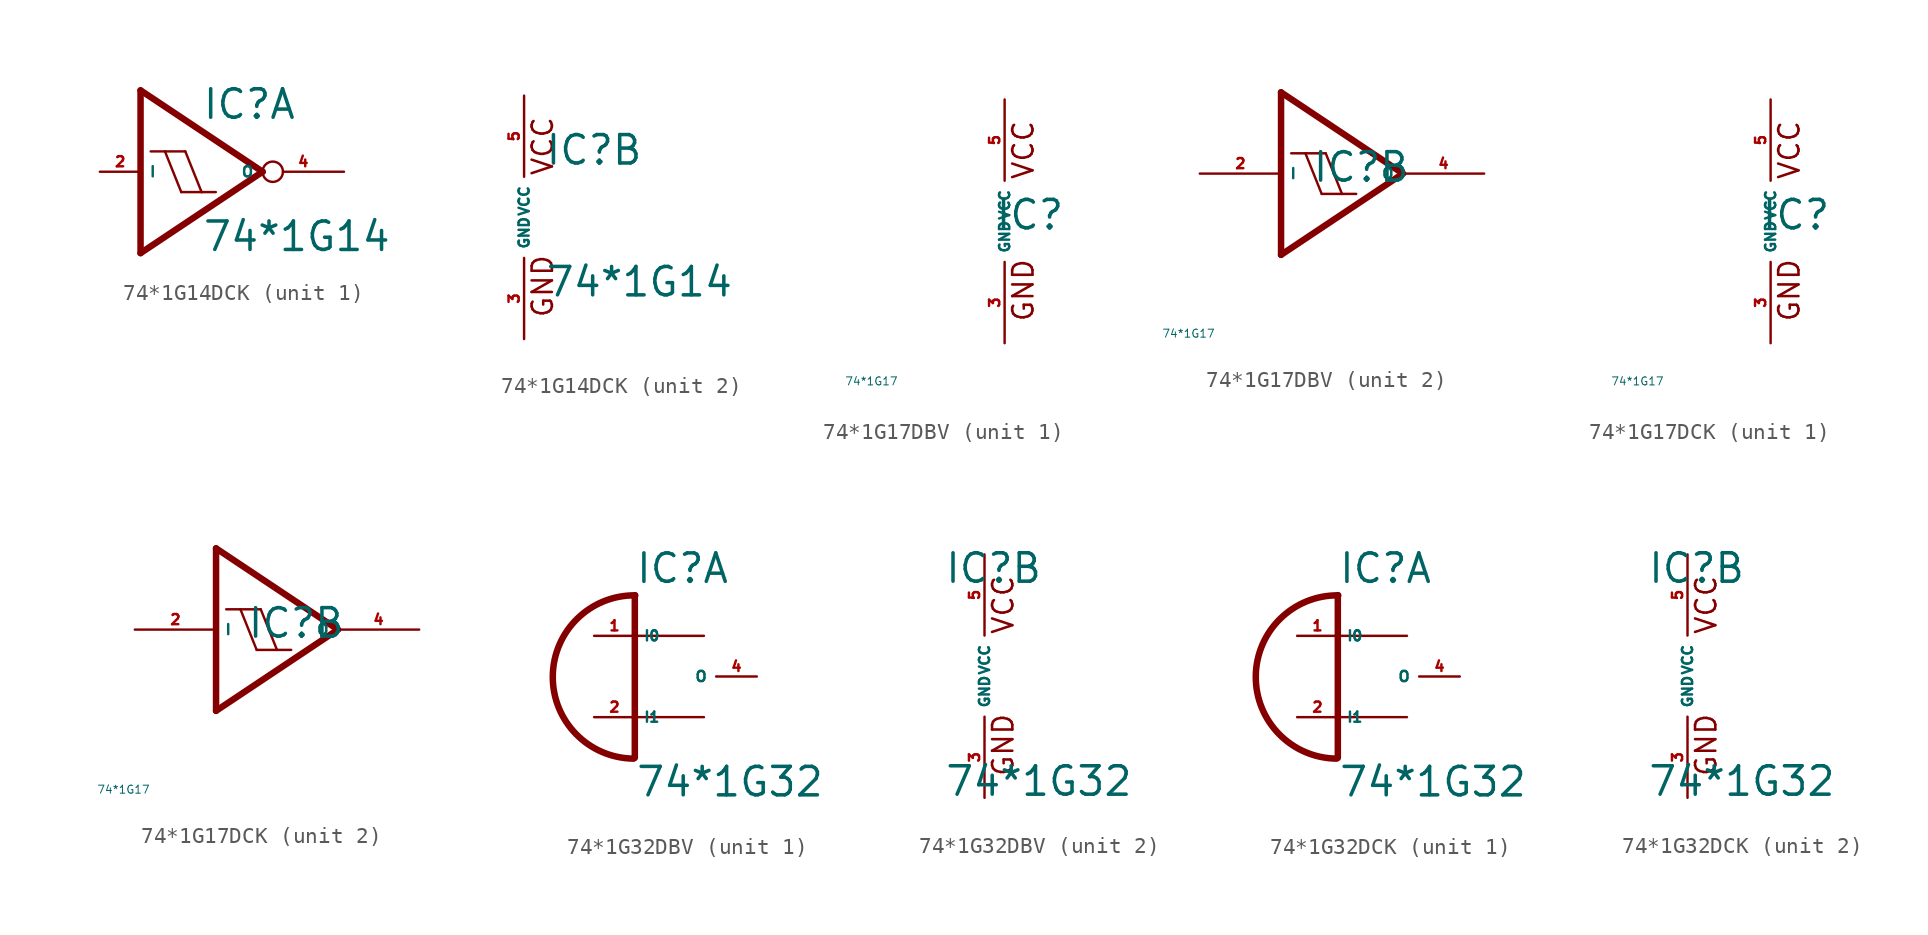
<source format=kicad_sym>
(kicad_symbol_lib
  (version 20220914)
  (generator Eagle2Kicad)
  (symbol "74*1G14DCK"
    (property "Reference" "IC"
      (at 1.27 3.175 0)
      (effects (font (size 1.778 1.778) (thickness 0.22)) (justify left bottom)))
    (property "Value" "74*1G14"
      (at 1.27 -5.08 0)
      (effects (font (size 1.778 1.778) (thickness 0.22)) (justify left bottom)))
    (symbol "74*1G14DCK_1_0"
      (polyline (pts (xy -2.54 5.08) (xy 5.08 0)) (stroke (width 0.406) (type default)) (fill (type none)))
      (polyline (pts (xy 5.08 0) (xy -2.54 -5.08)) (stroke (width 0.406) (type default)) (fill (type none)))
      (polyline (pts (xy -2.54 -5.08) (xy -2.54 5.08)) (stroke (width 0.406) (type default)) (fill (type none)))
      (polyline (pts (xy 1.27 -1.27) (xy 0.254 1.27)) (stroke (width 0.152) (type default)) (fill (type none)))
      (polyline (pts (xy 0 -1.27) (xy -1.016 1.27)) (stroke (width 0.152) (type default)) (fill (type none)))
      (polyline (pts (xy 0 -1.27) (xy 1.27 -1.27)) (stroke (width 0.152) (type default)) (fill (type none)))
      (polyline (pts (xy 1.27 -1.27) (xy 2.159 -1.27)) (stroke (width 0.152) (type default)) (fill (type none)))
      (polyline (pts (xy -1.905 1.27) (xy -1.016 1.27)) (stroke (width 0.152) (type default)) (fill (type none)))
      (polyline (pts (xy -1.016 1.27) (xy 0.254 1.27)) (stroke (width 0.152) (type default)) (fill (type none)))
      (pin input line (at -5.08 0 0) (length 2.54) (name "I" (effects (font (size 0.635 0.635) (thickness 0.08)) (justify left bottom))) (number "2" (effects (font (size 0.635 0.635) (thickness 0.08)) (justify left bottom))))
      (pin output inverted (at 10.16 0 180) (length 5.08) (name "O" (effects (font (size 0.635 0.635) (thickness 0.08)) (justify left bottom))) (number "4" (effects (font (size 0.635 0.635) (thickness 0.08)) (justify left bottom)))))
    (symbol "74*1G14DCK_2_0"
      (text "GND" (at 1.905 -6.35 900) (effects (font (size 1.27 1.27) (thickness 0.16)) (justify left bottom)))
      (text "VCC" (at 1.905 2.54 900) (effects (font (size 1.27 1.27) (thickness 0.16)) (justify left bottom)))
      (pin unspecified line (at 0 -7.62 90) (length 5.08) (name "GND" (effects (font (size 0.635 0.635) (thickness 0.08)) (justify left bottom))) (number "3" (effects (font (size 0.635 0.635) (thickness 0.08)) (justify left bottom))))
      (pin unspecified line (at 0 7.62 270) (length 5.08) (name "VCC" (effects (font (size 0.635 0.635) (thickness 0.08)) (justify left bottom))) (number "5" (effects (font (size 0.635 0.635) (thickness 0.08)) (justify left bottom))))))
  (symbol "74*1G17DBV"
    (property "Reference" "IC"
      (at -0.635 -0.635 0)
      (effects (font (size 1.778 1.778) (thickness 0.22)) (justify left bottom)))
    (property "Value" "74*1G17"
      (at -10 -10 0)
      (effects (font (size 0.5 0.5) (thickness 0.06)) (justify left)))
    (symbol "74*1G17DBV_1_0"
      (text "GND" (at 1.905 -6.35 900) (effects (font (size 1.27 1.27) (thickness 0.16)) (justify left bottom)))
      (text "VCC" (at 1.905 2.54 900) (effects (font (size 1.27 1.27) (thickness 0.16)) (justify left bottom)))
      (pin unspecified line (at 0 -7.62 90) (length 5.08) (name "GND" (effects (font (size 0.635 0.635) (thickness 0.08)) (justify left bottom))) (number "3" (effects (font (size 0.635 0.635) (thickness 0.08)) (justify left bottom))))
      (pin unspecified line (at 0 7.62 270) (length 5.08) (name "VCC" (effects (font (size 0.635 0.635) (thickness 0.08)) (justify left bottom))) (number "5" (effects (font (size 0.635 0.635) (thickness 0.08)) (justify left bottom)))))
    (symbol "74*1G17DBV_2_0"
      (polyline (pts (xy -2.54 5.08) (xy 5.08 0)) (stroke (width 0.406) (type default)) (fill (type none)))
      (polyline (pts (xy 5.08 0) (xy -2.54 -5.08)) (stroke (width 0.406) (type default)) (fill (type none)))
      (polyline (pts (xy -2.54 -5.08) (xy -2.54 5.08)) (stroke (width 0.406) (type default)) (fill (type none)))
      (polyline (pts (xy 1.27 -1.27) (xy 0.254 1.27)) (stroke (width 0.152) (type default)) (fill (type none)))
      (polyline (pts (xy 0 -1.27) (xy -1.016 1.27)) (stroke (width 0.152) (type default)) (fill (type none)))
      (polyline (pts (xy 0 -1.27) (xy 1.27 -1.27)) (stroke (width 0.152) (type default)) (fill (type none)))
      (polyline (pts (xy 1.27 -1.27) (xy 2.159 -1.27)) (stroke (width 0.152) (type default)) (fill (type none)))
      (polyline (pts (xy -1.905 1.27) (xy -1.016 1.27)) (stroke (width 0.152) (type default)) (fill (type none)))
      (polyline (pts (xy -1.016 1.27) (xy 0.254 1.27)) (stroke (width 0.152) (type default)) (fill (type none)))
      (pin input line (at -7.62 0 0) (length 5.08) (name "I" (effects (font (size 0.635 0.635) (thickness 0.08)) (justify left bottom))) (number "2" (effects (font (size 0.635 0.635) (thickness 0.08)) (justify left bottom))))
      (pin output line (at 10.16 0 180) (length 5.08) (name "O" (effects (font (size 0.635 0.635) (thickness 0.08)) (justify left bottom))) (number "4" (effects (font (size 0.635 0.635) (thickness 0.08)) (justify left bottom))))))
  (symbol "74*1G17DCK"
    (property "Reference" "IC"
      (at -0.635 -0.635 0)
      (effects (font (size 1.778 1.778) (thickness 0.22)) (justify left bottom)))
    (property "Value" "74*1G17"
      (at -10 -10 0)
      (effects (font (size 0.5 0.5) (thickness 0.06)) (justify left)))
    (symbol "74*1G17DCK_1_0"
      (text "GND" (at 1.905 -6.35 900) (effects (font (size 1.27 1.27) (thickness 0.16)) (justify left bottom)))
      (text "VCC" (at 1.905 2.54 900) (effects (font (size 1.27 1.27) (thickness 0.16)) (justify left bottom)))
      (pin unspecified line (at 0 -7.62 90) (length 5.08) (name "GND" (effects (font (size 0.635 0.635) (thickness 0.08)) (justify left bottom))) (number "3" (effects (font (size 0.635 0.635) (thickness 0.08)) (justify left bottom))))
      (pin unspecified line (at 0 7.62 270) (length 5.08) (name "VCC" (effects (font (size 0.635 0.635) (thickness 0.08)) (justify left bottom))) (number "5" (effects (font (size 0.635 0.635) (thickness 0.08)) (justify left bottom)))))
    (symbol "74*1G17DCK_2_0"
      (polyline (pts (xy -2.54 5.08) (xy 5.08 0)) (stroke (width 0.406) (type default)) (fill (type none)))
      (polyline (pts (xy 5.08 0) (xy -2.54 -5.08)) (stroke (width 0.406) (type default)) (fill (type none)))
      (polyline (pts (xy -2.54 -5.08) (xy -2.54 5.08)) (stroke (width 0.406) (type default)) (fill (type none)))
      (polyline (pts (xy 1.27 -1.27) (xy 0.254 1.27)) (stroke (width 0.152) (type default)) (fill (type none)))
      (polyline (pts (xy 0 -1.27) (xy -1.016 1.27)) (stroke (width 0.152) (type default)) (fill (type none)))
      (polyline (pts (xy 0 -1.27) (xy 1.27 -1.27)) (stroke (width 0.152) (type default)) (fill (type none)))
      (polyline (pts (xy 1.27 -1.27) (xy 2.159 -1.27)) (stroke (width 0.152) (type default)) (fill (type none)))
      (polyline (pts (xy -1.905 1.27) (xy -1.016 1.27)) (stroke (width 0.152) (type default)) (fill (type none)))
      (polyline (pts (xy -1.016 1.27) (xy 0.254 1.27)) (stroke (width 0.152) (type default)) (fill (type none)))
      (pin input line (at -7.62 0 0) (length 5.08) (name "I" (effects (font (size 0.635 0.635) (thickness 0.08)) (justify left bottom))) (number "2" (effects (font (size 0.635 0.635) (thickness 0.08)) (justify left bottom))))
      (pin output line (at 10.16 0 180) (length 5.08) (name "O" (effects (font (size 0.635 0.635) (thickness 0.08)) (justify left bottom))) (number "4" (effects (font (size 0.635 0.635) (thickness 0.08)) (justify left bottom))))))
  (symbol "74*1G32DBV"
    (property "Reference" "IC"
      (at -2.54 5.715 0)
      (effects (font (size 1.778 1.778) (thickness 0.22)) (justify left bottom)))
    (property "Value" "74*1G32"
      (at -2.54 -7.62 0)
      (effects (font (size 1.778 1.778) (thickness 0.22)) (justify left bottom)))
    (symbol "74*1G32DBV_1_0"
      (polyline (pts (xy -2.54 2.54) (xy 1.778 2.54)) (stroke (width 0.152) (type default)) (fill (type none)))
      (polyline (pts (xy -2.54 -2.54) (xy 1.778 -2.54)) (stroke (width 0.152) (type default)) (fill (type none)))
      (arc (start -2.5146 5.0678) (mid -7.658 0.019) (end -2.6158 -5.1305) (stroke (width 0.4064) (type default)) (fill (type none)))
      (polyline (pts (xy -2.54 5.08) (xy -2.54 2.54)) (stroke (width 0.406) (type default)) (fill (type none)))
      (polyline (pts (xy -2.54 2.54) (xy -2.54 -2.54)) (stroke (width 0.406) (type default)) (fill (type none)))
      (polyline (pts (xy -2.54 -2.54) (xy -2.54 -5.08)) (stroke (width 0.406) (type default)) (fill (type none)))
      (pin input line (at -5.08 2.54 0) (length 2.54) (name "I0" (effects (font (size 0.635 0.635) (thickness 0.08)) (justify left bottom))) (number "1" (effects (font (size 0.635 0.635) (thickness 0.08)) (justify left bottom))))
      (pin input line (at -5.08 -2.54 0) (length 2.54) (name "I1" (effects (font (size 0.635 0.635) (thickness 0.08)) (justify left bottom))) (number "2" (effects (font (size 0.635 0.635) (thickness 0.08)) (justify left bottom))))
      (pin output line (at 5.08 0 180) (length 2.54) (name "O" (effects (font (size 0.635 0.635) (thickness 0.08)) (justify left bottom))) (number "4" (effects (font (size 0.635 0.635) (thickness 0.08)) (justify left bottom)))))
    (symbol "74*1G32DBV_2_0"
      (text "GND" (at 1.905 -6.35 900) (effects (font (size 1.27 1.27) (thickness 0.16)) (justify left bottom)))
      (text "VCC" (at 1.905 2.54 900) (effects (font (size 1.27 1.27) (thickness 0.16)) (justify left bottom)))
      (pin unspecified line (at 0 -7.62 90) (length 5.08) (name "GND" (effects (font (size 0.635 0.635) (thickness 0.08)) (justify left bottom))) (number "3" (effects (font (size 0.635 0.635) (thickness 0.08)) (justify left bottom))))
      (pin unspecified line (at 0 7.62 270) (length 5.08) (name "VCC" (effects (font (size 0.635 0.635) (thickness 0.08)) (justify left bottom))) (number "5" (effects (font (size 0.635 0.635) (thickness 0.08)) (justify left bottom))))))
  (symbol "74*1G32DCK"
    (property "Reference" "IC"
      (at -2.54 5.715 0)
      (effects (font (size 1.778 1.778) (thickness 0.22)) (justify left bottom)))
    (property "Value" "74*1G32"
      (at -2.54 -7.62 0)
      (effects (font (size 1.778 1.778) (thickness 0.22)) (justify left bottom)))
    (symbol "74*1G32DCK_1_0"
      (polyline (pts (xy -2.54 2.54) (xy 1.778 2.54)) (stroke (width 0.152) (type default)) (fill (type none)))
      (polyline (pts (xy -2.54 -2.54) (xy 1.778 -2.54)) (stroke (width 0.152) (type default)) (fill (type none)))
      (arc (start -2.5146 5.0678) (mid -7.658 0.019) (end -2.6158 -5.1305) (stroke (width 0.4064) (type default)) (fill (type none)))
      (polyline (pts (xy -2.54 5.08) (xy -2.54 2.54)) (stroke (width 0.406) (type default)) (fill (type none)))
      (polyline (pts (xy -2.54 2.54) (xy -2.54 -2.54)) (stroke (width 0.406) (type default)) (fill (type none)))
      (polyline (pts (xy -2.54 -2.54) (xy -2.54 -5.08)) (stroke (width 0.406) (type default)) (fill (type none)))
      (pin input line (at -5.08 2.54 0) (length 2.54) (name "I0" (effects (font (size 0.635 0.635) (thickness 0.08)) (justify left bottom))) (number "1" (effects (font (size 0.635 0.635) (thickness 0.08)) (justify left bottom))))
      (pin input line (at -5.08 -2.54 0) (length 2.54) (name "I1" (effects (font (size 0.635 0.635) (thickness 0.08)) (justify left bottom))) (number "2" (effects (font (size 0.635 0.635) (thickness 0.08)) (justify left bottom))))
      (pin output line (at 5.08 0 180) (length 2.54) (name "O" (effects (font (size 0.635 0.635) (thickness 0.08)) (justify left bottom))) (number "4" (effects (font (size 0.635 0.635) (thickness 0.08)) (justify left bottom)))))
    (symbol "74*1G32DCK_2_0"
      (text "GND" (at 1.905 -6.35 900) (effects (font (size 1.27 1.27) (thickness 0.16)) (justify left bottom)))
      (text "VCC" (at 1.905 2.54 900) (effects (font (size 1.27 1.27) (thickness 0.16)) (justify left bottom)))
      (pin unspecified line (at 0 -7.62 90) (length 5.08) (name "GND" (effects (font (size 0.635 0.635) (thickness 0.08)) (justify left bottom))) (number "3" (effects (font (size 0.635 0.635) (thickness 0.08)) (justify left bottom))))
      (pin unspecified line (at 0 7.62 270) (length 5.08) (name "VCC" (effects (font (size 0.635 0.635) (thickness 0.08)) (justify left bottom))) (number "5" (effects (font (size 0.635 0.635) (thickness 0.08)) (justify left bottom)))))))
</source>
